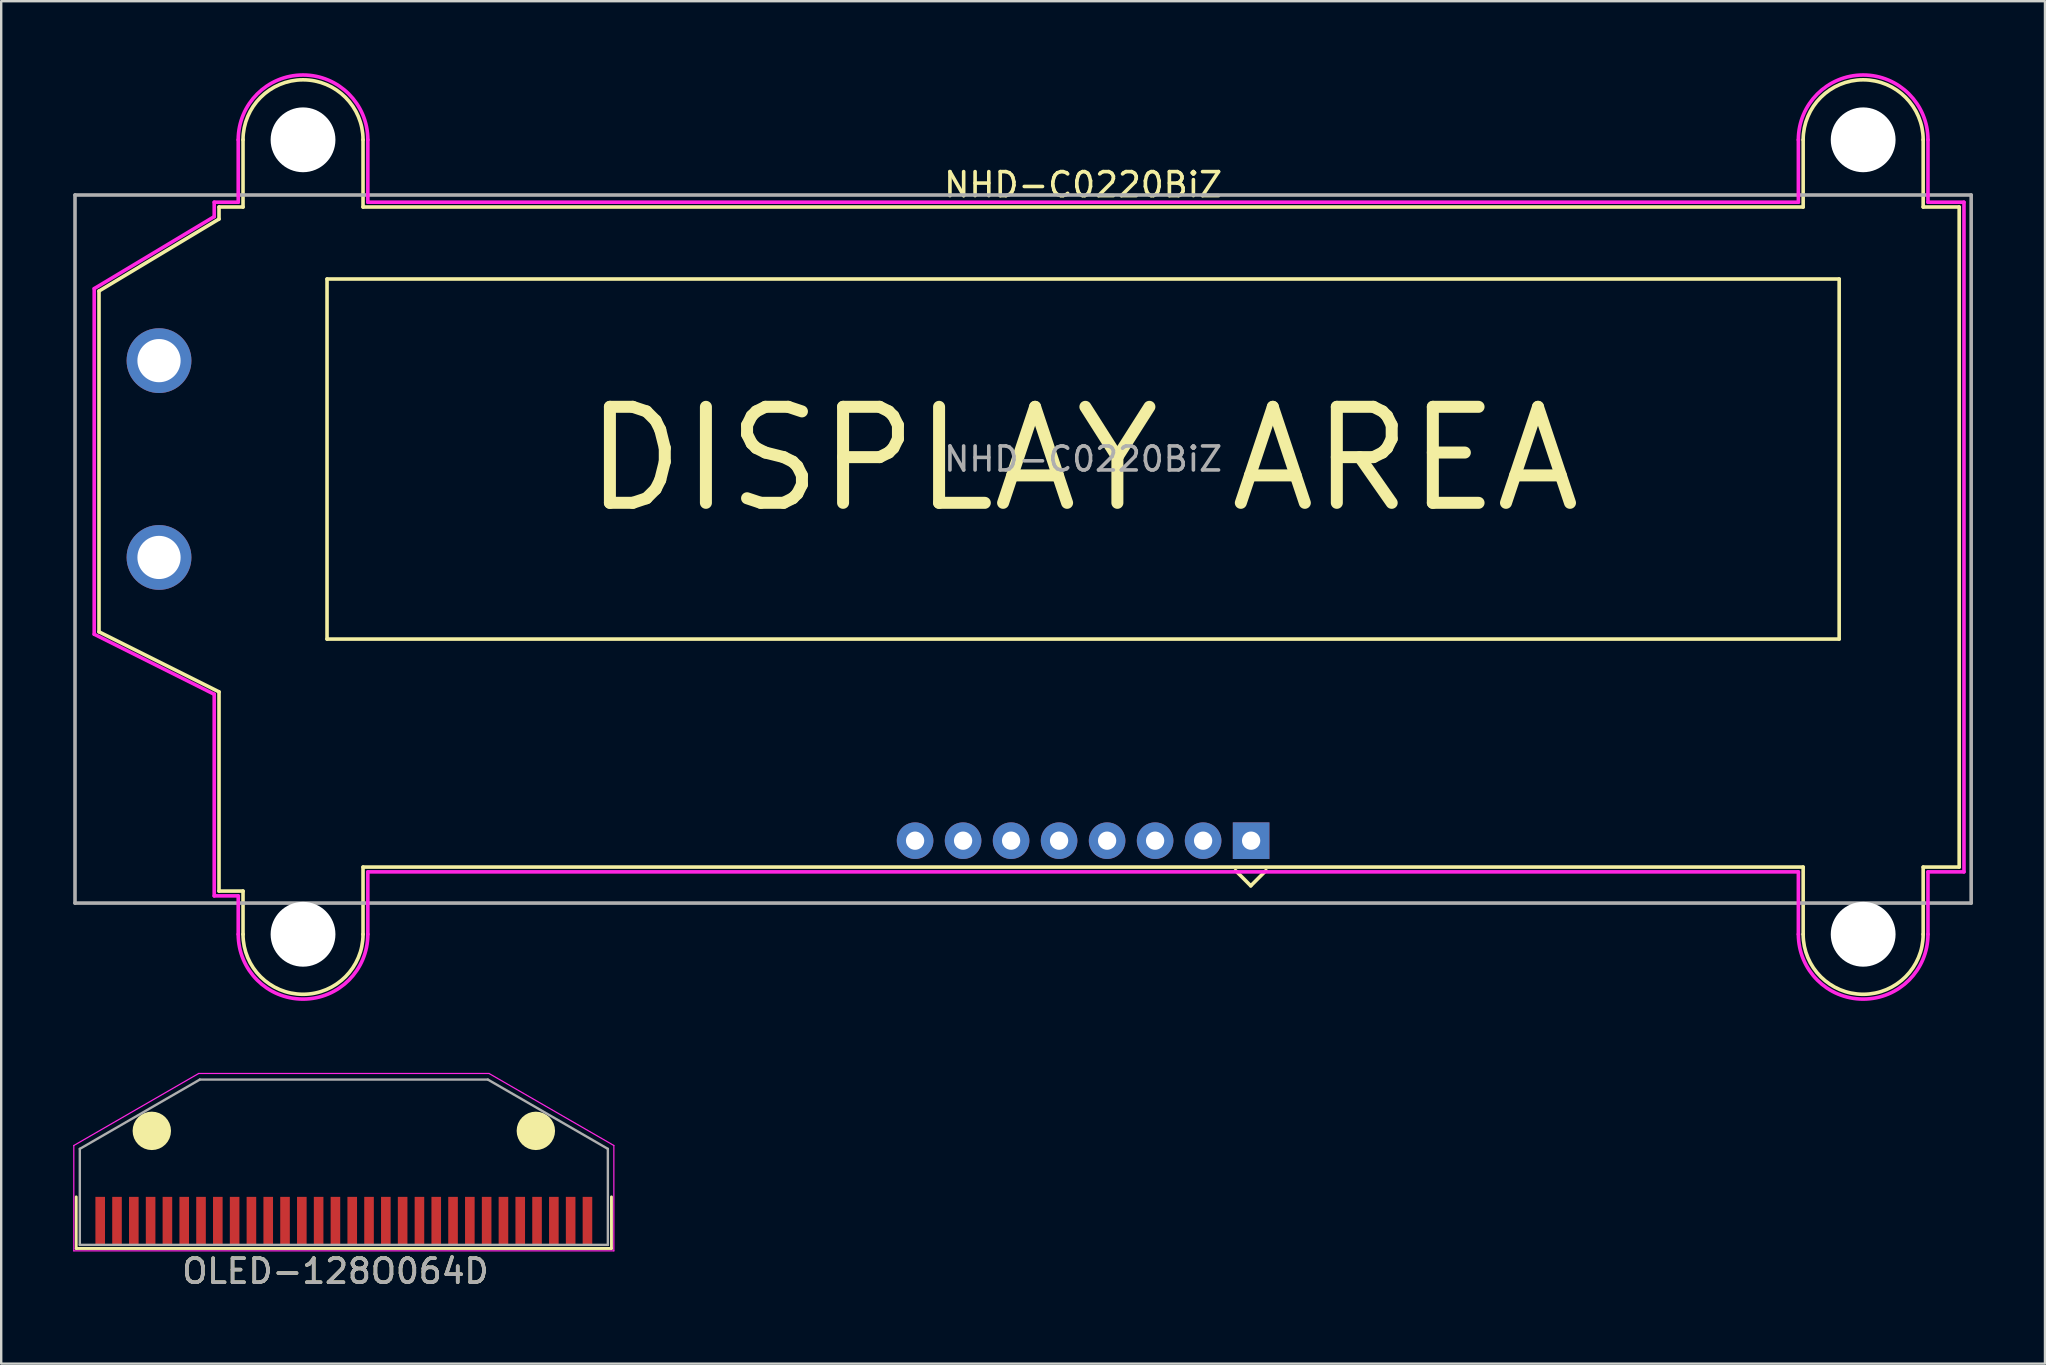
<source format=kicad_pcb>
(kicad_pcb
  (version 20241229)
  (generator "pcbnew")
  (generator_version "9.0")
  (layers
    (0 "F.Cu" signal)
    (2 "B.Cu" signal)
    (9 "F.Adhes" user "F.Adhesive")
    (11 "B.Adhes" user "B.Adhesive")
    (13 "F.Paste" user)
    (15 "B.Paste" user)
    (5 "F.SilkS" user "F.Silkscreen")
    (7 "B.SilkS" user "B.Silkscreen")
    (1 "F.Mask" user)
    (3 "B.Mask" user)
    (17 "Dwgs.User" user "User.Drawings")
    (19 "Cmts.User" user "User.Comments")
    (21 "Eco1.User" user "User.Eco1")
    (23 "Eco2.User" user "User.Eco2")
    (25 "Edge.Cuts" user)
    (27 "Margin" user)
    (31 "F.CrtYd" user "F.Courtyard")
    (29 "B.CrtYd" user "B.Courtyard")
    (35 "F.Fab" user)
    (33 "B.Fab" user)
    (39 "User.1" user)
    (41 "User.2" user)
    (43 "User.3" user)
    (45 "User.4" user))
  (footprint "OLED-128O064D"
    (layer "F.Cu")
    (at 1.125 47.815)
    (property "Reference" "OLED-128O064D" (at 9.8 2.1 0) (layer "F.SilkS") (effects (font (size 1 1) (thickness 0.15))))
    (attr smd)
    (fp_line (start -1 -1) (end -1 1.15) (stroke (width 0.12) (type solid)) (layer "F.SilkS"))
    (fp_line (start -1 1.15) (end 21.3 1.15) (stroke (width 0.12) (type solid)) (layer "F.SilkS"))
    (fp_line (start 21.3 1.15) (end 21.3 -1) (stroke (width 0.12) (type solid)) (layer "F.SilkS"))
    (fp_circle (center 2.15 -3.75) (end 2.15 -3.75) (stroke (width 0.8) (type solid)) (fill no) (layer "F.SilkS"))
    (fp_circle (center 18.15 -3.75) (end 18.15 -3.75) (stroke (width 0.8) (type solid)) (fill no) (layer "F.SilkS"))
    (fp_line (start -1.1 -3.14) (end -1.1 1.25) (stroke (width 0.05) (type solid)) (layer "F.CrtYd"))
    (fp_line (start 4.1 -6.14) (end -1.1 -3.14) (stroke (width 0.05) (type solid)) (layer "F.CrtYd"))
    (fp_line (start 16.2 -6.14) (end 4.1 -6.14) (stroke (width 0.05) (type solid)) (layer "F.CrtYd"))
    (fp_line (start 16.2 -6.14) (end 21.4 -3.14) (stroke (width 0.05) (type solid)) (layer "F.CrtYd"))
    (fp_line (start 21.4 1.25) (end -1.1 1.25) (stroke (width 0.05) (type solid)) (layer "F.CrtYd"))
    (fp_line (start 21.4 1.25) (end 21.4 -3.14) (stroke (width 0.05) (type solid)) (layer "F.CrtYd"))
    (fp_line (start -0.85 -3) (end 4.15 -5.887) (stroke (width 0.1) (type solid)) (layer "F.Fab"))
    (fp_line (start -0.85 1) (end -0.85 -3) (stroke (width 0.1) (type solid)) (layer "F.Fab"))
    (fp_line (start -0.85 1) (end 21.15 1) (stroke (width 0.1) (type solid)) (layer "F.Fab"))
    (fp_line (start 4.15 -5.887) (end 16.15 -5.887) (stroke (width 0.1) (type solid)) (layer "F.Fab"))
    (fp_line (start 21.15 -3) (end 16.15 -5.887) (stroke (width 0.1) (type solid)) (layer "F.Fab"))
    (fp_line (start 21.15 1) (end 21.15 -3) (stroke (width 0.1) (type solid)) (layer "F.Fab"))
    (fp_text user "${REFERENCE}" (at 9.8 2.1 0) (layer "F.Fab") (effects (font (size 1 1) (thickness 0.15))))
    (pad "1" smd rect (at 0 0) (size 0.4 2) (layers "F.Cu" "F.Mask" "F.Paste"))
    (pad "2" smd rect (at 0.7 0) (size 0.4 2) (layers "F.Cu" "F.Mask" "F.Paste"))
    (pad "3" smd rect (at 1.4 0) (size 0.4 2) (layers "F.Cu" "F.Mask" "F.Paste"))
    (pad "4" smd rect (at 2.1 0) (size 0.4 2) (layers "F.Cu" "F.Mask" "F.Paste"))
    (pad "5" smd rect (at 2.8 0) (size 0.4 2) (layers "F.Cu" "F.Mask" "F.Paste"))
    (pad "6" smd rect (at 3.5 0) (size 0.4 2) (layers "F.Cu" "F.Mask" "F.Paste"))
    (pad "7" smd rect (at 4.2 0) (size 0.4 2) (layers "F.Cu" "F.Mask" "F.Paste"))
    (pad "8" smd rect (at 4.9 0) (size 0.4 2) (layers "F.Cu" "F.Mask" "F.Paste"))
    (pad "9" smd rect (at 5.6 0) (size 0.4 2) (layers "F.Cu" "F.Mask" "F.Paste"))
    (pad "10" smd rect (at 6.3 0) (size 0.4 2) (layers "F.Cu" "F.Mask" "F.Paste"))
    (pad "11" smd rect (at 7 0) (size 0.4 2) (layers "F.Cu" "F.Mask" "F.Paste"))
    (pad "12" smd rect (at 7.7 0) (size 0.4 2) (layers "F.Cu" "F.Mask" "F.Paste"))
    (pad "13" smd rect (at 8.4 0) (size 0.4 2) (layers "F.Cu" "F.Mask" "F.Paste"))
    (pad "14" smd rect (at 9.1 0) (size 0.4 2) (layers "F.Cu" "F.Mask" "F.Paste"))
    (pad "15" smd rect (at 9.8 0) (size 0.4 2) (layers "F.Cu" "F.Mask" "F.Paste"))
    (pad "16" smd rect (at 10.5 0) (size 0.4 2) (layers "F.Cu" "F.Mask" "F.Paste"))
    (pad "17" smd rect (at 11.2 0) (size 0.4 2) (layers "F.Cu" "F.Mask" "F.Paste"))
    (pad "18" smd rect (at 11.9 0) (size 0.4 2) (layers "F.Cu" "F.Mask" "F.Paste"))
    (pad "19" smd rect (at 12.6 0) (size 0.4 2) (layers "F.Cu" "F.Mask" "F.Paste"))
    (pad "20" smd rect (at 13.3 0) (size 0.4 2) (layers "F.Cu" "F.Mask" "F.Paste"))
    (pad "21" smd rect (at 14 0) (size 0.4 2) (layers "F.Cu" "F.Mask" "F.Paste"))
    (pad "22" smd rect (at 14.7 0) (size 0.4 2) (layers "F.Cu" "F.Mask" "F.Paste"))
    (pad "23" smd rect (at 15.4 0) (size 0.4 2) (layers "F.Cu" "F.Mask" "F.Paste"))
    (pad "24" smd rect (at 16.1 0) (size 0.4 2) (layers "F.Cu" "F.Mask" "F.Paste"))
    (pad "25" smd rect (at 16.8 0) (size 0.4 2) (layers "F.Cu" "F.Mask" "F.Paste"))
    (pad "26" smd rect (at 17.5 0) (size 0.4 2) (layers "F.Cu" "F.Mask" "F.Paste"))
    (pad "27" smd rect (at 18.2 0) (size 0.4 2) (layers "F.Cu" "F.Mask" "F.Paste"))
    (pad "28" smd rect (at 18.9 0) (size 0.4 2) (layers "F.Cu" "F.Mask" "F.Paste"))
    (pad "29" smd rect (at 19.6 0) (size 0.4 2) (layers "F.Cu" "F.Mask" "F.Paste"))
    (pad "30" smd rect (at 20.3 0) (size 0.4 2) (layers "F.Cu" "F.Mask" "F.Paste")))
  (footprint "NHD-C0220BiZ"
    (layer "F.Cu")
    (at 42.075 16.075)
    (property "Reference" "NHD-C0220BiZ" (at 0 -11.43 0) (layer "F.SilkS") (effects (font (size 1 1) (thickness 0.15))))
    (attr through_hole)
    (fp_line (start -41 -7) (end -41 7.2) (stroke (width 0.15) (type solid)) (layer "F.SilkS"))
    (fp_line (start -41 7.2) (end -36 9.7) (stroke (width 0.15) (type solid)) (layer "F.SilkS"))
    (fp_line (start -36 -10.5) (end -36 -10) (stroke (width 0.15) (type solid)) (layer "F.SilkS"))
    (fp_line (start -36 -10) (end -41 -7) (stroke (width 0.15) (type solid)) (layer "F.SilkS"))
    (fp_line (start -36 9.7) (end -36 18) (stroke (width 0.15) (type solid)) (layer "F.SilkS"))
    (fp_line (start -36 18) (end -35 18) (stroke (width 0.15) (type solid)) (layer "F.SilkS"))
    (fp_line (start -35 -13.3) (end -35 -10.5) (stroke (width 0.15) (type solid)) (layer "F.SilkS"))
    (fp_line (start -35 -10.5) (end -36 -10.5) (stroke (width 0.15) (type solid)) (layer "F.SilkS"))
    (fp_line (start -35 18) (end -35 19.8) (stroke (width 0.15) (type solid)) (layer "F.SilkS"))
    (fp_line (start -31.5 -7.5) (end 31.5 -7.5) (stroke (width 0.15) (type solid)) (layer "F.SilkS"))
    (fp_line (start -31.5 7.5) (end -31.5 -7.5) (stroke (width 0.15) (type solid)) (layer "F.SilkS"))
    (fp_line (start -30 -10.5) (end -30 -13.3) (stroke (width 0.15) (type solid)) (layer "F.SilkS"))
    (fp_line (start -30 17) (end 30 17) (stroke (width 0.15) (type solid)) (layer "F.SilkS"))
    (fp_line (start -30 19.8) (end -30 17) (stroke (width 0.15) (type solid)) (layer "F.SilkS"))
    (fp_line (start 6.35 17.145) (end 6.985 17.78) (stroke (width 0.15) (type solid)) (layer "F.SilkS"))
    (fp_line (start 6.985 17.78) (end 7.62 17.145) (stroke (width 0.15) (type solid)) (layer "F.SilkS"))
    (fp_line (start 30 -13.3) (end 30 -10.5) (stroke (width 0.15) (type solid)) (layer "F.SilkS"))
    (fp_line (start 30 -10.5) (end -30 -10.5) (stroke (width 0.15) (type solid)) (layer "F.SilkS"))
    (fp_line (start 30 17) (end 30 19.8) (stroke (width 0.15) (type solid)) (layer "F.SilkS"))
    (fp_line (start 31.5 -7.5) (end 31.5 7.5) (stroke (width 0.15) (type solid)) (layer "F.SilkS"))
    (fp_line (start 31.5 7.5) (end -31.5 7.5) (stroke (width 0.15) (type solid)) (layer "F.SilkS"))
    (fp_line (start 35 -10.5) (end 35 -13.3) (stroke (width 0.15) (type solid)) (layer "F.SilkS"))
    (fp_line (start 35 17) (end 36.5 17) (stroke (width 0.15) (type solid)) (layer "F.SilkS"))
    (fp_line (start 35 19.8) (end 35 17) (stroke (width 0.15) (type solid)) (layer "F.SilkS"))
    (fp_line (start 36.5 -10.5) (end 35 -10.5) (stroke (width 0.15) (type solid)) (layer "F.SilkS"))
    (fp_line (start 36.5 17) (end 36.5 -10.5) (stroke (width 0.15) (type solid)) (layer "F.SilkS"))
    (fp_arc (start -35 -13.3) (mid -32.5 -15.8) (end -30 -13.3) (stroke (width 0.15) (type solid)) (layer "F.SilkS"))
    (fp_arc (start -30 19.8) (mid -32.5 22.3) (end -35 19.8) (stroke (width 0.15) (type solid)) (layer "F.SilkS"))
    (fp_arc (start 30 -13.3) (mid 32.5 -15.8) (end 35 -13.3) (stroke (width 0.15) (type solid)) (layer "F.SilkS"))
    (fp_arc (start 35 19.8) (mid 32.5 22.3) (end 30 19.8) (stroke (width 0.15) (type solid)) (layer "F.SilkS"))
    (fp_line (start -41.2 -7.1) (end -36.2 -10.1) (stroke (width 0.15) (type solid)) (layer "F.CrtYd"))
    (fp_line (start -41.2 7.3) (end -41.2 -7.1) (stroke (width 0.15) (type solid)) (layer "F.CrtYd"))
    (fp_line (start -36.2 -10.7) (end -35.2 -10.7) (stroke (width 0.15) (type solid)) (layer "F.CrtYd"))
    (fp_line (start -36.2 -10.1) (end -36.2 -10.7) (stroke (width 0.15) (type solid)) (layer "F.CrtYd"))
    (fp_line (start -36.2 9.8) (end -41.2 7.3) (stroke (width 0.15) (type solid)) (layer "F.CrtYd"))
    (fp_line (start -36.2 18.2) (end -36.2 9.8) (stroke (width 0.15) (type solid)) (layer "F.CrtYd"))
    (fp_line (start -35.2 -10.7) (end -35.2 -13.3) (stroke (width 0.15) (type solid)) (layer "F.CrtYd"))
    (fp_line (start -35.2 18.2) (end -36.2 18.2) (stroke (width 0.15) (type solid)) (layer "F.CrtYd"))
    (fp_line (start -35.2 19.8) (end -35.2 18.2) (stroke (width 0.15) (type solid)) (layer "F.CrtYd"))
    (fp_line (start -29.8 -10.7) (end -29.8 -13.3) (stroke (width 0.15) (type solid)) (layer "F.CrtYd"))
    (fp_line (start -29.8 -10.7) (end 29.8 -10.7) (stroke (width 0.15) (type solid)) (layer "F.CrtYd"))
    (fp_line (start -29.8 17.2) (end -29.8 19.8) (stroke (width 0.15) (type solid)) (layer "F.CrtYd"))
    (fp_line (start 29.8 -10.7) (end 29.8 -13.3) (stroke (width 0.15) (type solid)) (layer "F.CrtYd"))
    (fp_line (start 29.8 17.2) (end -29.8 17.2) (stroke (width 0.15) (type solid)) (layer "F.CrtYd"))
    (fp_line (start 29.8 19.8) (end 29.8 17.2) (stroke (width 0.15) (type solid)) (layer "F.CrtYd"))
    (fp_line (start 35.2 -13.3) (end 35.2 -10.7) (stroke (width 0.15) (type solid)) (layer "F.CrtYd"))
    (fp_line (start 35.2 -10.7) (end 36.7 -10.7) (stroke (width 0.15) (type solid)) (layer "F.CrtYd"))
    (fp_line (start 35.2 17.2) (end 35.2 19.8) (stroke (width 0.15) (type solid)) (layer "F.CrtYd"))
    (fp_line (start 36.7 -10.7) (end 36.7 17.2) (stroke (width 0.15) (type solid)) (layer "F.CrtYd"))
    (fp_line (start 36.7 17.2) (end 35.2 17.2) (stroke (width 0.15) (type solid)) (layer "F.CrtYd"))
    (fp_arc (start -35.2 -13.3) (mid -32.5 -16) (end -29.8 -13.3) (stroke (width 0.15) (type solid)) (layer "F.CrtYd"))
    (fp_arc (start -29.8 19.8) (mid -32.5 22.5) (end -35.2 19.8) (stroke (width 0.15) (type solid)) (layer "F.CrtYd"))
    (fp_arc (start 29.8 -13.3) (mid 32.5 -16) (end 35.2 -13.3) (stroke (width 0.15) (type solid)) (layer "F.CrtYd"))
    (fp_arc (start 35.2 19.8) (mid 32.5 22.5) (end 29.8 19.8) (stroke (width 0.15) (type solid)) (layer "F.CrtYd"))
    (fp_line (start -42 -11) (end -42 18.5) (stroke (width 0.15) (type solid)) (layer "F.Fab"))
    (fp_line (start -42 18.5) (end 37 18.5) (stroke (width 0.15) (type solid)) (layer "F.Fab"))
    (fp_line (start 37 -11) (end -42 -11) (stroke (width 0.15) (type solid)) (layer "F.Fab"))
    (fp_line (start 37 18.5) (end 37 -11) (stroke (width 0.15) (type solid)) (layer "F.Fab"))
    (fp_text user "DISPLAY AREA" (at 0 0 0) (layer "F.SilkS") (effects (font (size 4 4) (thickness 0.5))))
    (fp_text user "${REFERENCE}" (at 0 0 0) (layer "F.Fab") (effects (font (size 1 1) (thickness 0.15))))
    (pad "" np_thru_hole circle (at -32.5 -13.3) (size 2.7 2.7) (drill 2.7) (layers "*.Cu" "*.Mask"))
    (pad "" np_thru_hole circle (at -32.5 19.8) (size 2.7 2.7) (drill 2.7) (layers "*.Cu" "*.Mask"))
    (pad "" np_thru_hole circle (at 32.5 -13.3) (size 2.7 2.7) (drill 2.7) (layers "*.Cu" "*.Mask"))
    (pad "" np_thru_hole circle (at 32.5 19.8) (size 2.7 2.7) (drill 2.7) (layers "*.Cu" "*.Mask"))
    (pad "1" thru_hole rect (at 7 15.9) (size 1.524 1.524) (drill 0.762) (layers "*.Cu" "*.Mask"))
    (pad "2" thru_hole circle (at 5 15.9) (size 1.524 1.524) (drill 0.762) (layers "*.Cu" "*.Mask"))
    (pad "3" thru_hole circle (at 3 15.9) (size 1.524 1.524) (drill 0.762) (layers "*.Cu" "*.Mask"))
    (pad "4" thru_hole circle (at 1 15.9) (size 1.524 1.524) (drill 0.762) (layers "*.Cu" "*.Mask"))
    (pad "5" thru_hole circle (at -1 15.9) (size 1.524 1.524) (drill 0.762) (layers "*.Cu" "*.Mask"))
    (pad "6" thru_hole circle (at -3 15.9) (size 1.524 1.524) (drill 0.762) (layers "*.Cu" "*.Mask"))
    (pad "7" thru_hole circle (at -5 15.9) (size 1.524 1.524) (drill 0.762) (layers "*.Cu" "*.Mask"))
    (pad "8" thru_hole circle (at -7 15.9) (size 1.524 1.524) (drill 0.762) (layers "*.Cu" "*.Mask"))
    (pad "9" thru_hole circle (at -38.5 4.1) (size 2.7 2.7) (drill 1.8) (layers "*.Cu" "*.Mask"))
    (pad "10" thru_hole circle (at -38.5 -4.1) (size 2.7 2.7) (drill 1.8) (layers "*.Cu" "*.Mask")))
  (gr_rect
    (start -3 -3)
    (end 82.15 53.763)
    (stroke (width 0.1) (type default))
    (fill no)
    (layer "Edge.Cuts")))
</source>
